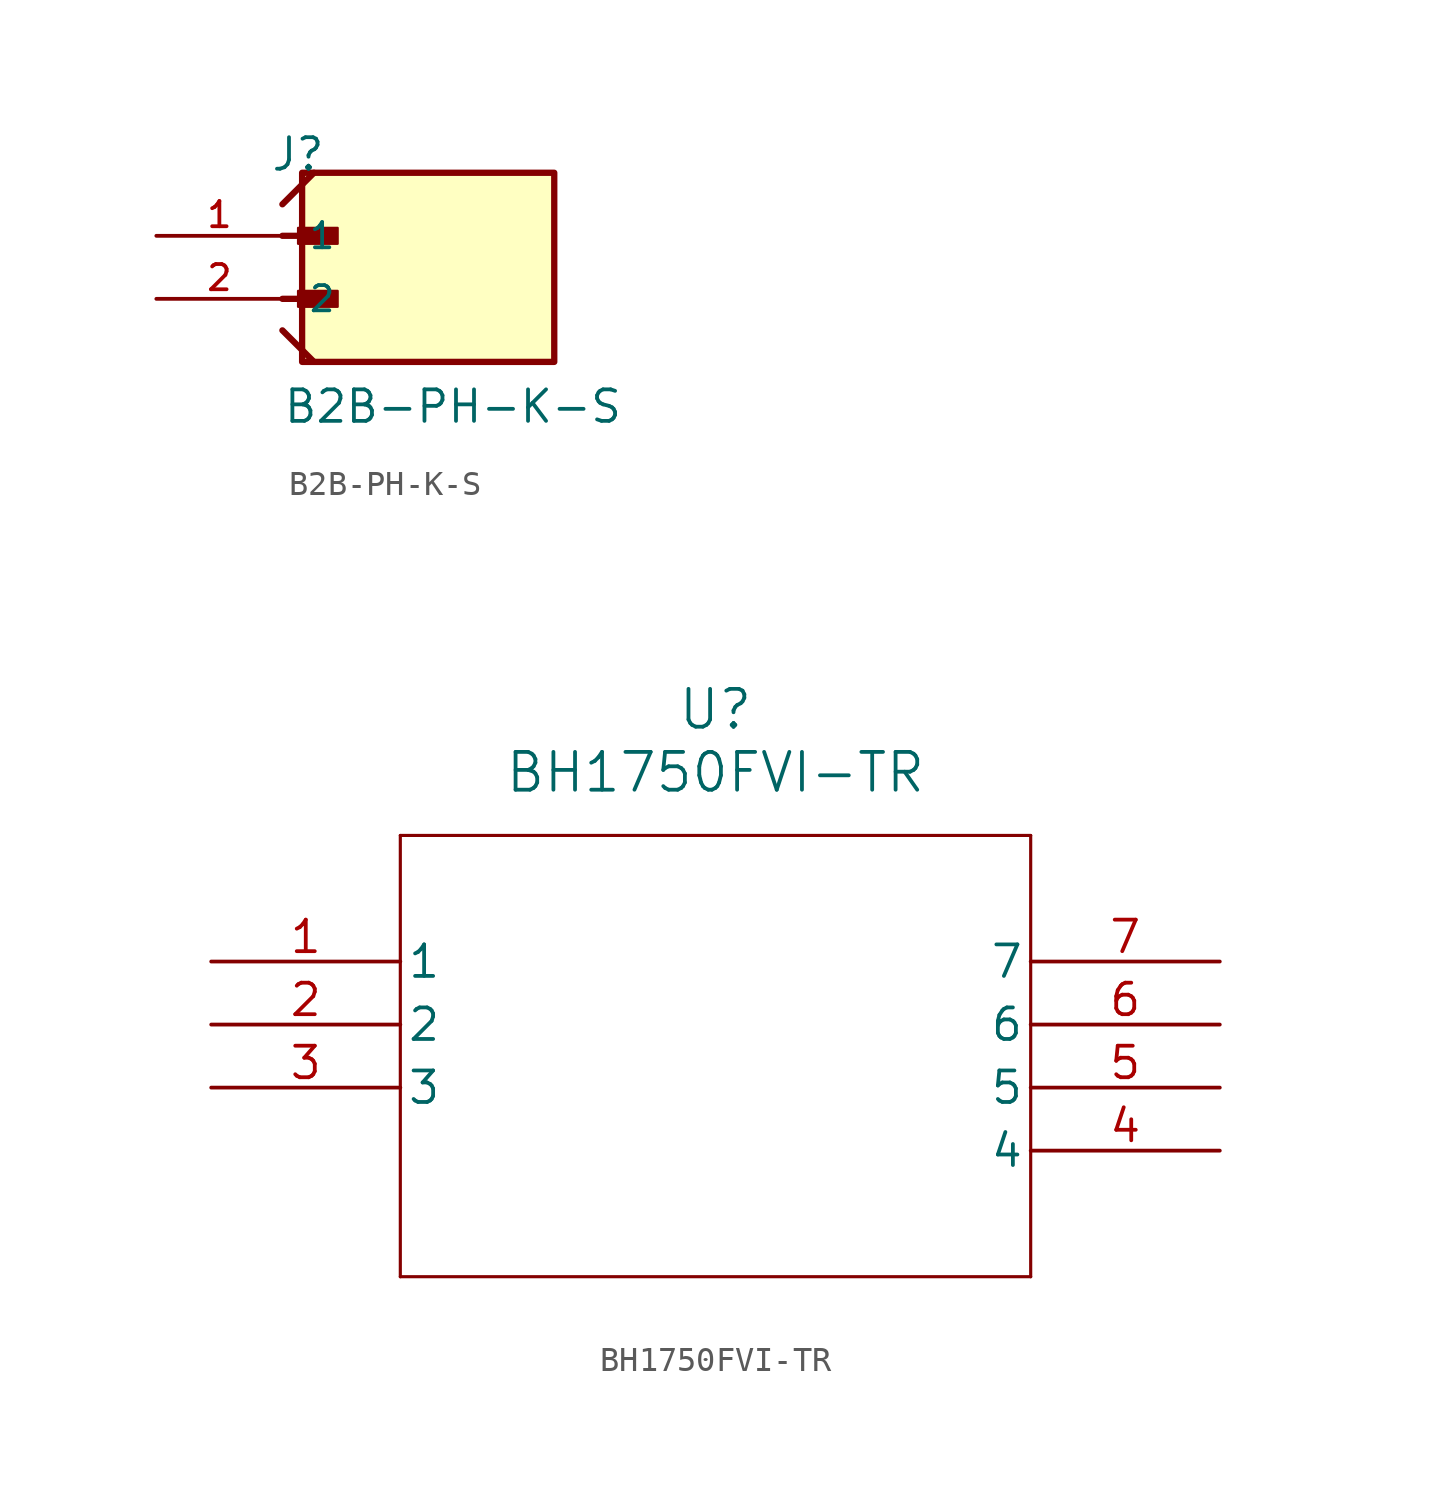
<source format=kicad_sym>
(kicad_symbol_lib
  (version 20241209)
  (generator "kicad_symbol_editor")
  (generator_version "9.0")
  (symbol "B2B-PH-K-S"
    (pin_names
      (offset 1.016))
    (property "Reference" "J"
      (at 10.93 -5.08 0)
      (effects (font (size 1.27 1.27)) (justify left bottom)))
    (property "Value" "B2B-PH-K-S"
      (at 11.43 -15.24 0)
      (effects (font (size 1.27 1.27)) (justify left bottom)))
    (symbol "B2B-PH-K-S_0_0"
      (polyline (pts (xy 11.43 -6.35) (xy 12.7 -5.08)) (stroke (width 0.254) (type default)) (fill (type none)))
      (polyline (pts (xy 11.43 -7.62) (xy 13.335 -7.62)) (stroke (width 0.254) (type default)) (fill (type none)))
      (polyline (pts (xy 11.43 -10.16) (xy 13.335 -10.16)) (stroke (width 0.254) (type default)) (fill (type none)))
      (polyline (pts (xy 11.43 -11.43) (xy 12.7 -12.7)) (stroke (width 0.254) (type default)) (fill (type none)))
      (rectangle (start 12.065 -7.938) (end 13.652 -7.303) (stroke (width 0.1) (type default)) (fill (type outline)))
      (rectangle (start 12.065 -10.477) (end 13.652 -9.842) (stroke (width 0.1) (type default)) (fill (type outline)))
      (rectangle (start 12.224 -12.7) (end 22.384 -5.08) (stroke (width 0.254) (type default)) (fill (type background)))
      (pin passive line (at 6.35 -7.62 0) (length 5.08) (name "1" (effects (font (size 1.016 1.016)))) (number "1" (effects (font (size 1.016 1.016)))))
      (pin passive line (at 6.35 -10.16 0) (length 5.08) (name "2" (effects (font (size 1.016 1.016)))) (number "2" (effects (font (size 1.016 1.016)))))))
  (symbol "BH1750FVI-TR"
    (pin_names
      (offset 0.254))
    (property "Reference" "U"
      (at 34.29 -6.35 0)
      (effects (font (size 1.524 1.524))))
    (property "Value" "BH1750FVI-TR"
      (at 34.29 -8.89 0)
      (effects (font (size 1.524 1.524))))
    (property "ki_locked" ""
      (at 0 0 0)
      (effects (font (size 1.27 1.27))))
    (symbol "BH1750FVI-TR_0_1"
      (polyline (pts (xy 21.59 -11.43) (xy 21.59 -29.21)) (stroke (width 0.127) (type default)) (fill (type none)))
      (polyline (pts (xy 21.59 -29.21) (xy 46.99 -29.21)) (stroke (width 0.127) (type default)) (fill (type none)))
      (polyline (pts (xy 46.99 -11.43) (xy 21.59 -11.43)) (stroke (width 0.127) (type default)) (fill (type none)))
      (polyline (pts (xy 46.99 -29.21) (xy 46.99 -11.43)) (stroke (width 0.127) (type default)) (fill (type none)))
      (pin power_in line (at 13.97 -16.51 0) (length 7.62) (name "1" (effects (font (size 1.27 1.27)))) (number "1" (effects (font (size 1.27 1.27)))))
      (pin input line (at 13.97 -19.05 0) (length 7.62) (name "2" (effects (font (size 1.27 1.27)))) (number "2" (effects (font (size 1.27 1.27)))))
      (pin power_out line (at 13.97 -21.59 0) (length 7.62) (name "3" (effects (font (size 1.27 1.27)))) (number "3" (effects (font (size 1.27 1.27)))))
      (pin power_out line (at 54.61 -16.51 180) (length 7.62) (name "7" (effects (font (size 1.27 1.27)))) (number "7" (effects (font (size 1.27 1.27)))))
      (pin bidirectional line (at 54.61 -19.05 180) (length 7.62) (name "6" (effects (font (size 1.27 1.27)))) (number "6" (effects (font (size 1.27 1.27)))))
      (pin power_in line (at 54.61 -21.59 180) (length 7.62) (name "5" (effects (font (size 1.27 1.27)))) (number "5" (effects (font (size 1.27 1.27)))))
      (pin bidirectional line (at 54.61 -24.13 180) (length 7.62) (name "4" (effects (font (size 1.27 1.27)))) (number "4" (effects (font (size 1.27 1.27))))))))
</source>
